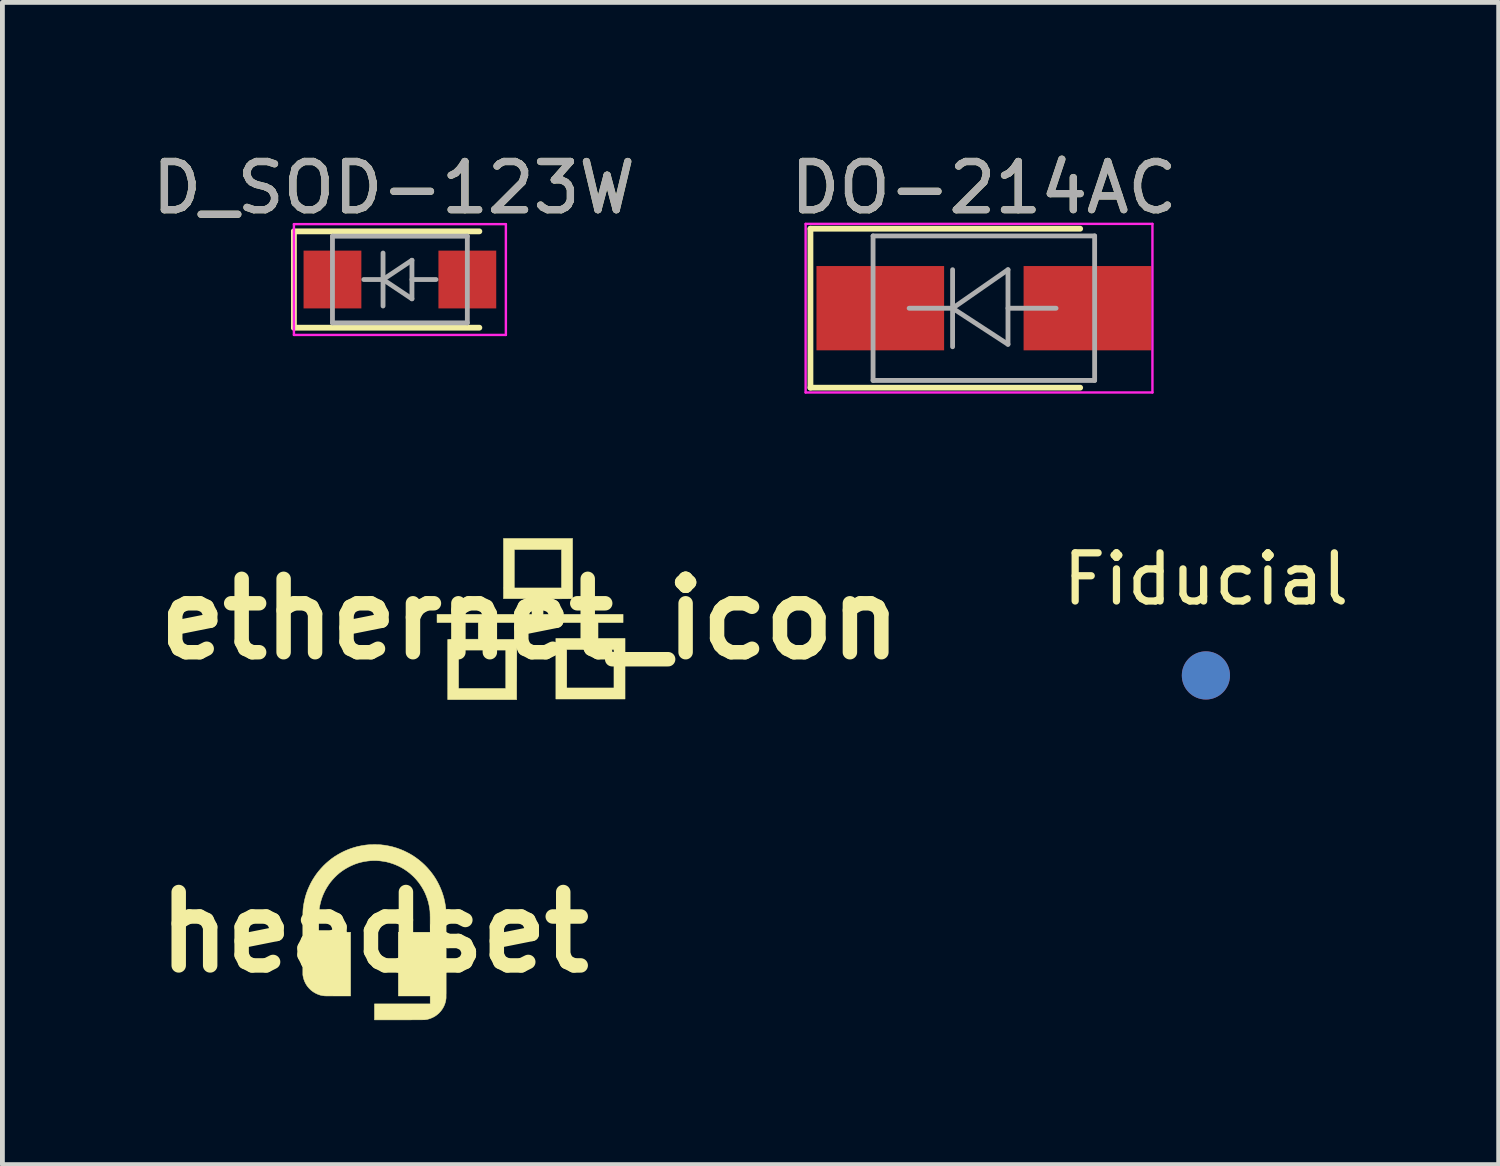
<source format=kicad_pcb>
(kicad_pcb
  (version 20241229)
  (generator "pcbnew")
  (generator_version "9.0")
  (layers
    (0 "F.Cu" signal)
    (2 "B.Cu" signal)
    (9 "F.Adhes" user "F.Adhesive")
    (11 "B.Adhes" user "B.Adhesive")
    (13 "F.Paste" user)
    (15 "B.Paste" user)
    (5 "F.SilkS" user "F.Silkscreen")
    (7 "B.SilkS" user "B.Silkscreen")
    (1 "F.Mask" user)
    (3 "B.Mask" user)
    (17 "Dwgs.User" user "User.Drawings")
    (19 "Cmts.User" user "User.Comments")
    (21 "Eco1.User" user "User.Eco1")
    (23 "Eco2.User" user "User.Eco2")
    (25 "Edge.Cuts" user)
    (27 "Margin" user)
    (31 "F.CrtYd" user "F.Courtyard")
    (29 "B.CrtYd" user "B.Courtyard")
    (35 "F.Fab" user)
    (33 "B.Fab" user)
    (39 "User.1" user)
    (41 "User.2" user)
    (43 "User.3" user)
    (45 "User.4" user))
  (footprint "headset"
    (layer "F.Cu")
    (at 4.724 16.303)
    (property "Reference" "headset" (at 0 0 0) (layer "F.SilkS") (effects (font (size 1.524 1.524) (thickness 0.3))))
    (attr through_hole)
    (fp_poly (pts (xy 0.025 -1.819) (xy 0.05 -1.818) (xy 0.072 -1.818) (xy 0.092 -1.817) (xy 0.111 -1.816) (xy 0.129 -1.815) (xy 0.149 -1.813) (xy 0.169 -1.81) (xy 0.192 -1.808) (xy 0.207 -1.806) (xy 0.256 -1.798) (xy 0.307 -1.788) (xy 0.358 -1.777) (xy 0.395 -1.767) (xy 0.468 -1.745) (xy 0.539 -1.719) (xy 0.609 -1.69) (xy 0.677 -1.657) (xy 0.744 -1.621) (xy 0.808 -1.582) (xy 0.87 -1.539) (xy 0.93 -1.494) (xy 0.988 -1.445) (xy 1.044 -1.393) (xy 1.096 -1.339) (xy 1.147 -1.281) (xy 1.194 -1.221) (xy 1.229 -1.173) (xy 1.27 -1.11) (xy 1.308 -1.044) (xy 1.342 -0.977) (xy 1.373 -0.908) (xy 1.401 -0.837) (xy 1.425 -0.765) (xy 1.445 -0.693) (xy 1.461 -0.619) (xy 1.474 -0.544) (xy 1.476 -0.526) (xy 1.477 -0.52) (xy 1.478 -0.514) (xy 1.479 -0.509) (xy 1.48 -0.503) (xy 1.48 -0.498) (xy 1.481 -0.493) (xy 1.481 -0.488) (xy 1.482 -0.483) (xy 1.482 -0.478) (xy 1.483 -0.472) (xy 1.483 -0.465) (xy 1.484 -0.458) (xy 1.484 -0.45) (xy 1.485 -0.442) (xy 1.485 -0.432) (xy 1.485 -0.421) (xy 1.485 -0.409) (xy 1.486 -0.396) (xy 1.486 -0.381) (xy 1.486 -0.365) (xy 1.486 -0.347) (xy 1.487 -0.327) (xy 1.487 -0.305) (xy 1.487 -0.282) (xy 1.487 -0.256) (xy 1.487 -0.228) (xy 1.487 -0.197) (xy 1.487 -0.164) (xy 1.487 -0.129) (xy 1.487 -0.091) (xy 1.487 -0.05) (xy 1.487 -0.006) (xy 1.487 0.042) (xy 1.488 0.092) (xy 1.488 0.145) (xy 1.488 0.202) (xy 1.488 0.263) (xy 1.488 0.327) (xy 1.488 0.395) (xy 1.488 0.46) (xy 1.488 0.538) (xy 1.488 0.612) (xy 1.488 0.682) (xy 1.488 0.748) (xy 1.488 0.81) (xy 1.488 0.869) (xy 1.488 0.924) (xy 1.488 0.976) (xy 1.488 1.024) (xy 1.488 1.069) (xy 1.488 1.11) (xy 1.488 1.148) (xy 1.488 1.183) (xy 1.488 1.215) (xy 1.488 1.244) (xy 1.488 1.27) (xy 1.487 1.293) (xy 1.487 1.312) (xy 1.487 1.33) (xy 1.487 1.344) (xy 1.487 1.356) (xy 1.487 1.365) (xy 1.487 1.371) (xy 1.486 1.375) (xy 1.486 1.376) (xy 1.48 1.419) (xy 1.47 1.46) (xy 1.457 1.5) (xy 1.44 1.539) (xy 1.42 1.576) (xy 1.397 1.611) (xy 1.372 1.643) (xy 1.344 1.674) (xy 1.313 1.702) (xy 1.28 1.728) (xy 1.245 1.751) (xy 1.208 1.77) (xy 1.169 1.787) (xy 1.129 1.801) (xy 1.088 1.811) (xy 1.045 1.817) (xy 1.041 1.818) (xy 1.036 1.818) (xy 1.028 1.818) (xy 1.016 1.818) (xy 1.001 1.818) (xy 0.981 1.819) (xy 0.958 1.819) (xy 0.932 1.819) (xy 0.901 1.819) (xy 0.866 1.819) (xy 0.828 1.819) (xy 0.786 1.819) (xy 0.74 1.82) (xy 0.69 1.82) (xy 0.637 1.82) (xy 0.579 1.82) (xy 0.517 1.82) (xy 0 1.82) (xy 0 1.488) (xy 1.157 1.488) (xy 1.157 1.324) (xy 0.496 1.324) (xy 0.496 0) (xy 1.157 0) (xy 1.156 -0.2) (xy 1.156 -0.235) (xy 1.156 -0.266) (xy 1.156 -0.293) (xy 1.156 -0.318) (xy 1.155 -0.34) (xy 1.155 -0.359) (xy 1.155 -0.376) (xy 1.154 -0.391) (xy 1.154 -0.405) (xy 1.153 -0.417) (xy 1.153 -0.428) (xy 1.152 -0.439) (xy 1.151 -0.449) (xy 1.15 -0.459) (xy 1.148 -0.47) (xy 1.147 -0.48) (xy 1.145 -0.492) (xy 1.144 -0.5) (xy 1.132 -0.566) (xy 1.117 -0.631) (xy 1.097 -0.695) (xy 1.074 -0.758) (xy 1.048 -0.82) (xy 1.018 -0.879) (xy 0.984 -0.937) (xy 0.947 -0.993) (xy 0.914 -1.039) (xy 0.871 -1.091) (xy 0.825 -1.141) (xy 0.776 -1.187) (xy 0.726 -1.231) (xy 0.673 -1.271) (xy 0.618 -1.308) (xy 0.561 -1.342) (xy 0.502 -1.372) (xy 0.441 -1.399) (xy 0.379 -1.423) (xy 0.316 -1.443) (xy 0.251 -1.46) (xy 0.185 -1.472) (xy 0.118 -1.481) (xy 0.083 -1.484) (xy 0.07 -1.485) (xy 0.053 -1.486) (xy 0.034 -1.486) (xy 0.014 -1.486) (xy -0.007 -1.486) (xy -0.028 -1.486) (xy -0.047 -1.486) (xy -0.064 -1.485) (xy -0.079 -1.485) (xy -0.082 -1.484) (xy -0.15 -1.477) (xy -0.215 -1.467) (xy -0.279 -1.453) (xy -0.341 -1.436) (xy -0.402 -1.415) (xy -0.462 -1.39) (xy -0.514 -1.366) (xy -0.572 -1.335) (xy -0.627 -1.302) (xy -0.68 -1.266) (xy -0.73 -1.228) (xy -0.778 -1.186) (xy -0.824 -1.141) (xy -0.828 -1.137) (xy -0.874 -1.087) (xy -0.917 -1.035) (xy -0.956 -0.98) (xy -0.992 -0.924) (xy -1.025 -0.866) (xy -1.054 -0.806) (xy -1.08 -0.744) (xy -1.102 -0.681) (xy -1.12 -0.617) (xy -1.135 -0.551) (xy -1.144 -0.5) (xy -1.146 -0.488) (xy -1.147 -0.477) (xy -1.149 -0.466) (xy -1.15 -0.456) (xy -1.151 -0.446) (xy -1.152 -0.436) (xy -1.153 -0.425) (xy -1.153 -0.414) (xy -1.154 -0.402) (xy -1.154 -0.388) (xy -1.155 -0.373) (xy -1.155 -0.356) (xy -1.155 -0.336) (xy -1.156 -0.314) (xy -1.156 -0.289) (xy -1.156 -0.261) (xy -1.156 -0.23) (xy -1.156 -0.201) (xy -1.157 -0.000001) (xy -0.827 0) (xy -0.496 0) (xy -0.496 1.324) (xy -0.758 1.324) (xy -0.801 1.324) (xy -0.84 1.324) (xy -0.877 1.323) (xy -0.91 1.323) (xy -0.939 1.323) (xy -0.965 1.323) (xy -0.987 1.323) (xy -1.006 1.323) (xy -1.021 1.322) (xy -1.032 1.322) (xy -1.039 1.322) (xy -1.041 1.321) (xy -1.084 1.315) (xy -1.126 1.306) (xy -1.167 1.292) (xy -1.206 1.275) (xy -1.244 1.255) (xy -1.28 1.232) (xy -1.314 1.206) (xy -1.327 1.194) (xy -1.359 1.162) (xy -1.388 1.128) (xy -1.413 1.092) (xy -1.435 1.054) (xy -1.453 1.014) (xy -1.468 0.972) (xy -1.479 0.928) (xy -1.483 0.91) (xy -1.487 0.884) (xy -1.487 0.169) (xy -1.487 0.112) (xy -1.487 0.059) (xy -1.487 0.009) (xy -1.487 -0.038) (xy -1.487 -0.081) (xy -1.487 -0.121) (xy -1.487 -0.158) (xy -1.487 -0.192) (xy -1.487 -0.224) (xy -1.487 -0.252) (xy -1.487 -0.279) (xy -1.487 -0.303) (xy -1.487 -0.325) (xy -1.487 -0.345) (xy -1.486 -0.363) (xy -1.486 -0.379) (xy -1.486 -0.394) (xy -1.486 -0.407) (xy -1.485 -0.419) (xy -1.485 -0.429) (xy -1.485 -0.439) (xy -1.484 -0.447) (xy -1.484 -0.455) (xy -1.483 -0.462) (xy -1.483 -0.469) (xy -1.482 -0.475) (xy -1.482 -0.481) (xy -1.481 -0.487) (xy -1.481 -0.493) (xy -1.48 -0.499) (xy -1.479 -0.505) (xy -1.478 -0.512) (xy -1.467 -0.587) (xy -1.452 -0.661) (xy -1.434 -0.735) (xy -1.412 -0.807) (xy -1.386 -0.877) (xy -1.356 -0.946) (xy -1.324 -1.014) (xy -1.288 -1.079) (xy -1.248 -1.143) (xy -1.206 -1.205) (xy -1.16 -1.265) (xy -1.111 -1.322) (xy -1.059 -1.378) (xy -1.005 -1.43) (xy -0.947 -1.48) (xy -0.891 -1.525) (xy -0.829 -1.569) (xy -0.764 -1.609) (xy -0.698 -1.646) (xy -0.631 -1.68) (xy -0.561 -1.71) (xy -0.491 -1.737) (xy -0.419 -1.76) (xy -0.346 -1.78) (xy -0.272 -1.795) (xy -0.198 -1.807) (xy -0.176 -1.81) (xy -0.155 -1.812) (xy -0.137 -1.814) (xy -0.119 -1.815) (xy -0.101 -1.817) (xy -0.083 -1.817) (xy -0.064 -1.818) (xy -0.042 -1.818) (xy -0.018 -1.819) (xy -0.002 -1.819) (xy 0.025 -1.819)) (stroke (width 0.01) (type solid)) (fill yes) (layer "F.SilkS")))
  (footprint "DO-214AC"
    (layer "F.Cu")
    (at 17.375 3.348)
    (property "Reference" "DO-214AC" (at 0 -2.5 0) (layer "F.SilkS") (effects (font (size 1 1) (thickness 0.15))))
    (attr smd)
    (fp_line (start -3.6 -1.65) (end -3.6 1.65) (stroke (width 0.12) (type solid)) (layer "F.SilkS"))
    (fp_line (start -3.6 -1.65) (end 2 -1.65) (stroke (width 0.12) (type solid)) (layer "F.SilkS"))
    (fp_line (start -3.6 1.65) (end 2 1.65) (stroke (width 0.12) (type solid)) (layer "F.SilkS"))
    (fp_line (start -3.7 -1.75) (end 3.5 -1.75) (stroke (width 0.05) (type solid)) (layer "F.CrtYd"))
    (fp_line (start -3.7 1.75) (end -3.7 -1.75) (stroke (width 0.05) (type solid)) (layer "F.CrtYd"))
    (fp_line (start 3.5 -1.75) (end 3.5 1.75) (stroke (width 0.05) (type solid)) (layer "F.CrtYd"))
    (fp_line (start 3.5 1.75) (end -3.7 1.75) (stroke (width 0.05) (type solid)) (layer "F.CrtYd"))
    (fp_line (start -2.3 1.5) (end -2.3 -1.5) (stroke (width 0.1) (type solid)) (layer "F.Fab"))
    (fp_line (start -0.649 -0.799) (end -0.649 0.801) (stroke (width 0.1) (type solid)) (layer "F.Fab"))
    (fp_line (start -0.649 0.001) (end -1.551 0.001) (stroke (width 0.1) (type solid)) (layer "F.Fab"))
    (fp_line (start -0.649 0.001) (end 0.501 -0.799) (stroke (width 0.1) (type solid)) (layer "F.Fab"))
    (fp_line (start -0.649 0.001) (end 0.501 0.75) (stroke (width 0.1) (type solid)) (layer "F.Fab"))
    (fp_line (start 0.501 0.001) (end 1.499 0.001) (stroke (width 0.1) (type solid)) (layer "F.Fab"))
    (fp_line (start 0.501 0.75) (end 0.501 -0.799) (stroke (width 0.1) (type solid)) (layer "F.Fab"))
    (fp_line (start 2.3 -1.5) (end -2.3 -1.5) (stroke (width 0.1) (type solid)) (layer "F.Fab"))
    (fp_line (start 2.3 -1.5) (end 2.3 1.5) (stroke (width 0.1) (type solid)) (layer "F.Fab"))
    (fp_line (start 2.3 1.5) (end -2.3 1.5) (stroke (width 0.1) (type solid)) (layer "F.Fab"))
    (fp_text user "${REFERENCE}" (at 0 -2.5 0) (layer "F.Fab") (effects (font (size 1 1) (thickness 0.15))))
    (pad "1" smd rect (at -2.15 0) (size 2.65 1.75) (layers "F.Cu" "F.Mask" "F.Paste"))
    (pad "2" smd rect (at 2.15 0) (size 2.65 1.75) (layers "F.Cu" "F.Mask" "F.Paste")))
  (footprint "ethernet_icon"
    (layer "F.Cu")
    (at 7.954 9.801)
    (property "Reference" "ethernet_icon" (at 0 0 0) (layer "F.SilkS") (effects (font (size 1.524 1.524) (thickness 0.3))))
    (attr through_hole)
    (fp_poly (pts (xy 0.883 -0.425) (xy 0.852 -0.422) (xy 0.843 -0.421) (xy 0.826 -0.421) (xy 0.803 -0.421) (xy 0.774 -0.42) (xy 0.74 -0.42) (xy 0.702 -0.42) (xy 0.66 -0.42) (xy 0.615 -0.419) (xy 0.569 -0.419) (xy 0.546 -0.419) (xy 0.27 -0.419) (xy 0.27 -0.097) (xy 1.931 -0.097) (xy 1.931 0.073) (xy 1.411 0.073) (xy 1.411 0.403) (xy 1.972 0.403) (xy 1.972 1.661) (xy 0.536 1.661) (xy 0.536 0.633) (xy 0.762 0.633) (xy 0.762 1.431) (xy 1.742 1.431) (xy 1.742 0.633) (xy 0.762 0.633) (xy 0.536 0.633) (xy 0.536 0.403) (xy 1.181 0.403) (xy 1.181 0.073) (xy -0.847 0.073) (xy -0.847 0.423) (xy -0.273 0.423) (xy -0.276 0.884) (xy -0.276 0.948) (xy -0.276 1.012) (xy -0.277 1.077) (xy -0.277 1.14) (xy -0.277 1.201) (xy -0.277 1.26) (xy -0.278 1.315) (xy -0.278 1.365) (xy -0.278 1.411) (xy -0.278 1.451) (xy -0.278 1.485) (xy -0.278 1.509) (xy -0.278 1.673) (xy -1.709 1.673) (xy -1.709 0.645) (xy -1.484 0.645) (xy -1.484 1.443) (xy -0.504 1.443) (xy -0.504 0.645) (xy -1.484 0.645) (xy -1.709 0.645) (xy -1.709 0.425) (xy -1.679 0.422) (xy -1.669 0.421) (xy -1.653 0.421) (xy -1.63 0.421) (xy -1.601 0.42) (xy -1.567 0.42) (xy -1.528 0.42) (xy -1.486 0.42) (xy -1.441 0.419) (xy -1.394 0.419) (xy -1.362 0.419) (xy -1.076 0.419) (xy -1.076 0.073) (xy -1.931 0.073) (xy -1.931 -0.097) (xy 0.04 -0.097) (xy 0.04 -0.423) (xy -0.552 -0.423) (xy -0.552 -1.443) (xy -0.327 -1.443) (xy -0.327 -0.645) (xy 0.653 -0.645) (xy 0.653 -1.443) (xy -0.327 -1.443) (xy -0.552 -1.443) (xy -0.552 -1.673) (xy 0.883 -1.673) (xy 0.883 -0.425)) (stroke (width 0.01) (type solid)) (fill yes) (layer "F.SilkS")))
  (footprint "Fiducial"
    (layer "F.Cu")
    (at 21.985 10.972)
    (property "Reference" "Fiducial" (at 0 -2 0) (layer "F.SilkS") (effects (font (size 1 1) (thickness 0.15))))
    (attr smd)
    (pad "" smd circle (at 0 0) (size 1 1) (layers "F.Cu" "F.Mask"))
    (pad "" smd circle (at 0 0) (size 1 1) (layers "B.Cu" "B.Mask")))
  (footprint "D_SOD-123W"
    (layer "F.Cu")
    (at 5.252 2.753)
    (property "Reference" "D_SOD-123W" (at -0.127 -1.905 0) (layer "F.SilkS") (effects (font (size 1 1) (thickness 0.15))))
    (attr smd)
    (fp_line (start -2.2 -1) (end -2.2 1) (stroke (width 0.12) (type solid)) (layer "F.SilkS"))
    (fp_line (start -2.2 -1) (end 1.65 -1) (stroke (width 0.12) (type solid)) (layer "F.SilkS"))
    (fp_line (start -2.2 1) (end 1.65 1) (stroke (width 0.12) (type solid)) (layer "F.SilkS"))
    (fp_line (start -2.2 -1.15) (end -2.2 1.15) (stroke (width 0.05) (type solid)) (layer "F.CrtYd"))
    (fp_line (start -2.2 -1.15) (end 2.2 -1.15) (stroke (width 0.05) (type solid)) (layer "F.CrtYd"))
    (fp_line (start 2.2 -1.15) (end 2.2 1.15) (stroke (width 0.05) (type solid)) (layer "F.CrtYd"))
    (fp_line (start 2.2 1.15) (end -2.2 1.15) (stroke (width 0.05) (type solid)) (layer "F.CrtYd"))
    (fp_line (start -1.4 -0.9) (end 1.4 -0.9) (stroke (width 0.1) (type solid)) (layer "F.Fab"))
    (fp_line (start -1.4 0.9) (end -1.4 -0.9) (stroke (width 0.1) (type solid)) (layer "F.Fab"))
    (fp_line (start -0.75 0) (end -0.35 0) (stroke (width 0.1) (type solid)) (layer "F.Fab"))
    (fp_line (start -0.35 0) (end -0.35 -0.55) (stroke (width 0.1) (type solid)) (layer "F.Fab"))
    (fp_line (start -0.35 0) (end -0.35 0.55) (stroke (width 0.1) (type solid)) (layer "F.Fab"))
    (fp_line (start -0.35 0) (end 0.25 -0.4) (stroke (width 0.1) (type solid)) (layer "F.Fab"))
    (fp_line (start 0.25 -0.4) (end 0.25 0.4) (stroke (width 0.1) (type solid)) (layer "F.Fab"))
    (fp_line (start 0.25 0) (end 0.75 0) (stroke (width 0.1) (type solid)) (layer "F.Fab"))
    (fp_line (start 0.25 0.4) (end -0.35 0) (stroke (width 0.1) (type solid)) (layer "F.Fab"))
    (fp_line (start 1.4 -0.9) (end 1.4 0.9) (stroke (width 0.1) (type solid)) (layer "F.Fab"))
    (fp_line (start 1.4 0.9) (end -1.4 0.9) (stroke (width 0.1) (type solid)) (layer "F.Fab"))
    (fp_text user "${REFERENCE}" (at -0.127 -1.905 0) (layer "F.Fab") (effects (font (size 1 1) (thickness 0.15))))
    (pad "1" smd rect (at -1.4 0) (size 1.2 1.2) (layers "F.Cu" "F.Mask" "F.Paste"))
    (pad "2" smd rect (at 1.4 0) (size 1.2 1.2) (layers "F.Cu" "F.Mask" "F.Paste")))
  (gr_rect
    (start -3 -3)
    (end 28.063 21.128)
    (stroke (width 0.1) (type default))
    (fill no)
    (layer "Edge.Cuts")))
</source>
